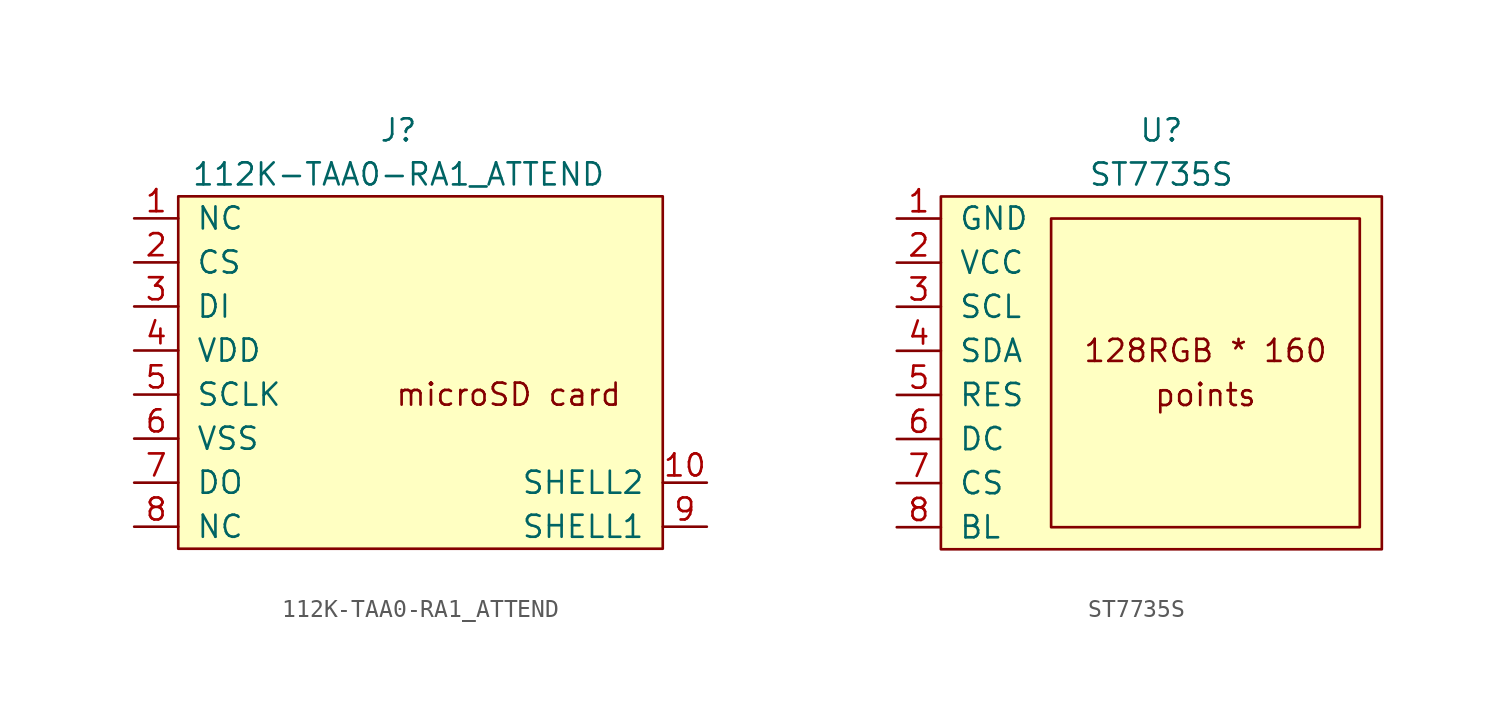
<source format=kicad_sym>
(kicad_symbol_lib
  (version 20210619)
  (generator kicad_symbol_editor)
  (symbol "Logger:112K-TAA0-RA1_ATTEND"
    (pin_names
      (offset 1.016))
    (property "Reference" "J"
      (at 0 3.81 0)
      (effects (font (size 1.27 1.27))))
    (property "Value" "112K-TAA0-RA1_ATTEND"
      (at 0 1.27 0)
      (effects (font (size 1.27 1.27))))
    (symbol "112K-TAA0-RA1_ATTEND_0_0"
      (text "microSD card" (at 6.35 -11.43 0) (effects (font (size 1.27 1.27))))
      (rectangle (start -12.7 -20.32) (end 15.24 0) (stroke (width 0)) (fill (type background))))
    (symbol "112K-TAA0-RA1_ATTEND_1_1"
      (pin input line (at -15.24 -1.27 0) (length 2.54) (name "NC" (effects (font (size 1.27 1.27)))) (number "1" (effects (font (size 1.27 1.27)))))
      (pin input line (at 17.78 -16.51 180) (length 2.54) (name "SHELL2" (effects (font (size 1.27 1.27)))) (number "10" (effects (font (size 1.27 1.27)))))
      (pin input line (at -15.24 -3.81 0) (length 2.54) (name "CS" (effects (font (size 1.27 1.27)))) (number "2" (effects (font (size 1.27 1.27)))))
      (pin bidirectional line (at -15.24 -6.35 0) (length 2.54) (name "DI" (effects (font (size 1.27 1.27)))) (number "3" (effects (font (size 1.27 1.27)))))
      (pin power_in line (at -15.24 -8.89 0) (length 2.54) (name "VDD" (effects (font (size 1.27 1.27)))) (number "4" (effects (font (size 1.27 1.27)))))
      (pin input line (at -15.24 -11.43 0) (length 2.54) (name "SCLK" (effects (font (size 1.27 1.27)))) (number "5" (effects (font (size 1.27 1.27)))))
      (pin power_in line (at -15.24 -13.97 0) (length 2.54) (name "VSS" (effects (font (size 1.27 1.27)))) (number "6" (effects (font (size 1.27 1.27)))))
      (pin input line (at -15.24 -16.51 0) (length 2.54) (name "DO" (effects (font (size 1.27 1.27)))) (number "7" (effects (font (size 1.27 1.27)))))
      (pin input line (at -15.24 -19.05 0) (length 2.54) (name "NC" (effects (font (size 1.27 1.27)))) (number "8" (effects (font (size 1.27 1.27)))))
      (pin input line (at 17.78 -19.05 180) (length 2.54) (name "SHELL1" (effects (font (size 1.27 1.27)))) (number "9" (effects (font (size 1.27 1.27)))))))
  (symbol "Logger:ST7735S"
    (pin_names
      (offset 1.016))
    (property "Reference" "U"
      (at 12.7 3.81 0)
      (effects (font (size 1.27 1.27))))
    (property "Value" "ST7735S"
      (at 12.7 1.27 0)
      (effects (font (size 1.27 1.27))))
    (symbol "ST7735S_0_0"
      (text "128RGB * 160" (at 15.24 -8.89 0) (effects (font (size 1.27 1.27))))
      (text "points" (at 15.24 -11.43 0) (effects (font (size 1.27 1.27)))))
    (symbol "ST7735S_0_1"
      (rectangle (start 6.35 -1.27) (end 24.13 -19.05) (stroke (width 0)) (fill (type none)))
      (rectangle (start 0 0) (end 25.4 -20.32) (stroke (width 0)) (fill (type background))))
    (symbol "ST7735S_1_1"
      (pin input line (at -2.54 -1.27 0) (length 2.54) (name "GND" (effects (font (size 1.27 1.27)))) (number "1" (effects (font (size 1.27 1.27)))))
      (pin power_in line (at -2.54 -3.81 0) (length 2.54) (name "VCC" (effects (font (size 1.27 1.27)))) (number "2" (effects (font (size 1.27 1.27)))))
      (pin input line (at -2.54 -6.35 0) (length 2.54) (name "SCL" (effects (font (size 1.27 1.27)))) (number "3" (effects (font (size 1.27 1.27)))))
      (pin input line (at -2.54 -8.89 0) (length 2.54) (name "SDA" (effects (font (size 1.27 1.27)))) (number "4" (effects (font (size 1.27 1.27)))))
      (pin input line (at -2.54 -11.43 0) (length 2.54) (name "RES" (effects (font (size 1.27 1.27)))) (number "5" (effects (font (size 1.27 1.27)))))
      (pin input line (at -2.54 -13.97 0) (length 2.54) (name "DC" (effects (font (size 1.27 1.27)))) (number "6" (effects (font (size 1.27 1.27)))))
      (pin input line (at -2.54 -16.51 0) (length 2.54) (name "CS" (effects (font (size 1.27 1.27)))) (number "7" (effects (font (size 1.27 1.27)))))
      (pin input line (at -2.54 -19.05 0) (length 2.54) (name "BL" (effects (font (size 1.27 1.27)))) (number "8" (effects (font (size 1.27 1.27))))))))
</source>
